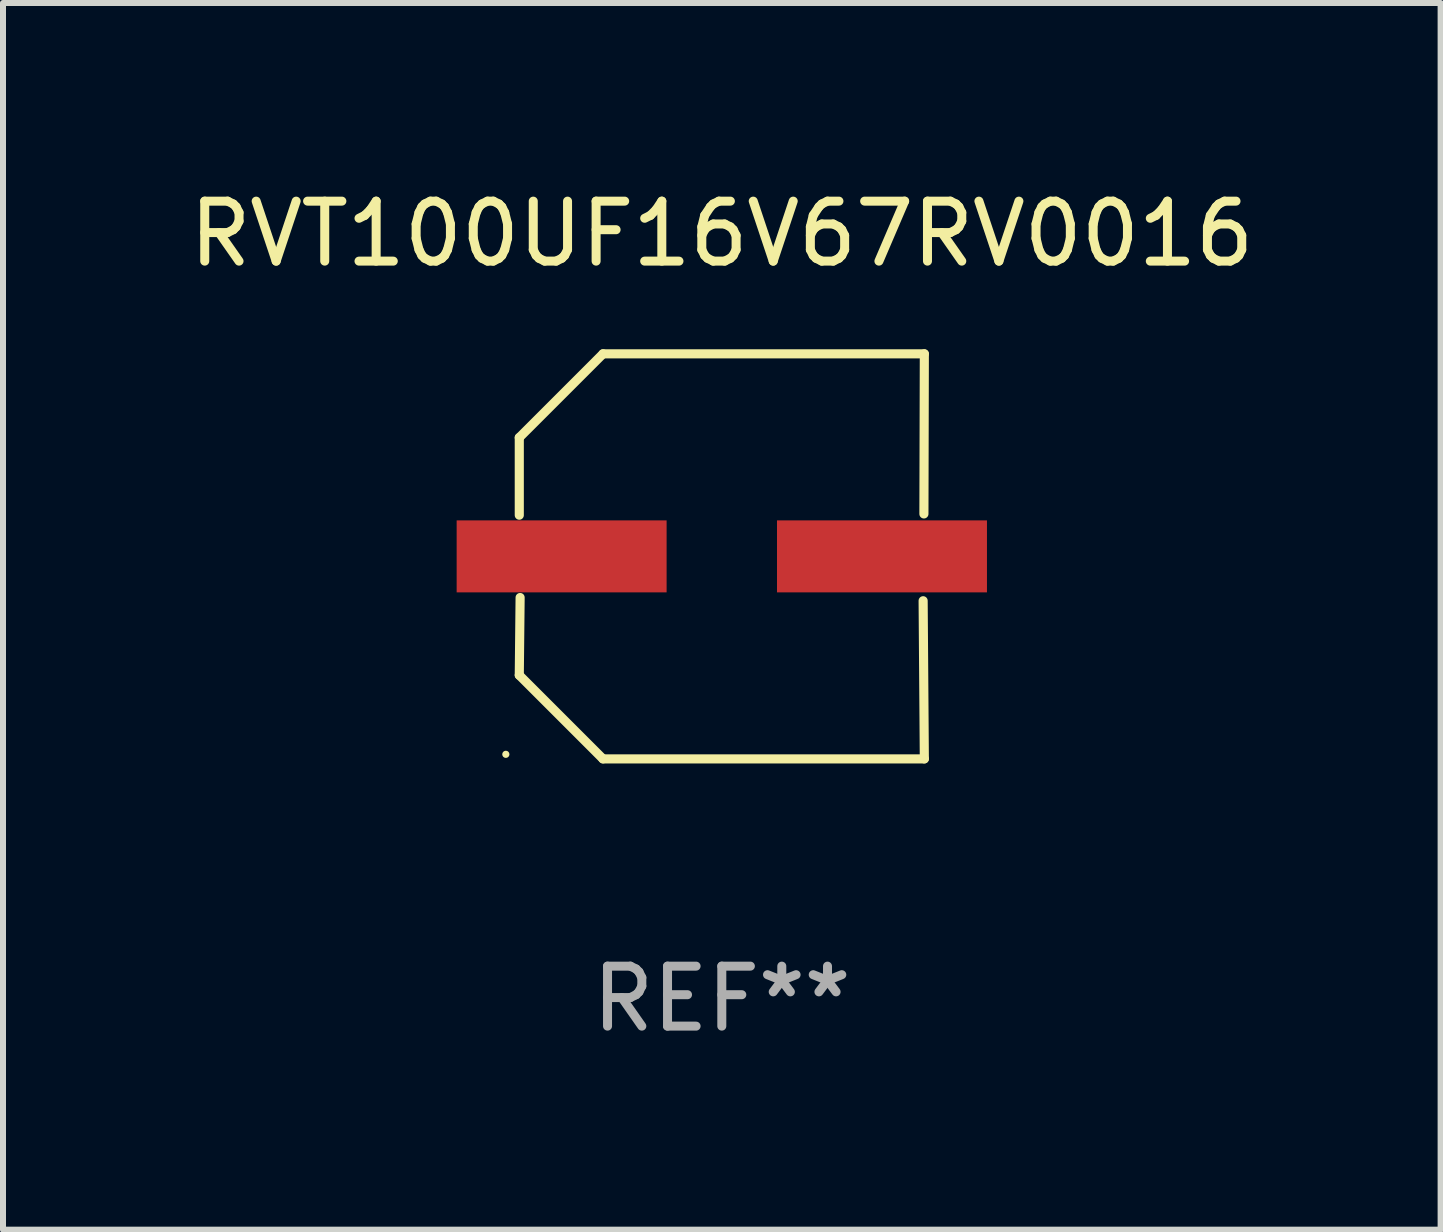
<source format=kicad_pcb>
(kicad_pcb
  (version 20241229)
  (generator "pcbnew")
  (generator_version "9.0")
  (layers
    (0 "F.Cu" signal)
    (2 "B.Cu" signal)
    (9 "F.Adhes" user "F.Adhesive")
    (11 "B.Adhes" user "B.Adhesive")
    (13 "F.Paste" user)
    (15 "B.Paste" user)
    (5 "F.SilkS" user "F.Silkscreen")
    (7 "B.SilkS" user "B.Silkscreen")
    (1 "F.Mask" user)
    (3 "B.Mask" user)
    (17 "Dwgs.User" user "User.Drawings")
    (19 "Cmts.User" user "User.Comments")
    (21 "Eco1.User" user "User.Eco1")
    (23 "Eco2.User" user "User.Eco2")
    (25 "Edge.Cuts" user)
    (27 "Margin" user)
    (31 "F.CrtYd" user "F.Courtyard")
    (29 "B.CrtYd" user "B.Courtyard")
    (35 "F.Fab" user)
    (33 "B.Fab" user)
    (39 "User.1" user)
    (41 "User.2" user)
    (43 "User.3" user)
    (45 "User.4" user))
  (footprint "RVT100UF16V67RV0016"
    (layer "F.Cu")
    (at 8.982 6.224)
    (property "Reference" "RVT100UF16V67RV0016" (at 0 -5.376 0) (layer "F.SilkS") (effects (font (size 1 1) (thickness 0.15))))
    (attr through_hole)
    (fp_line (start -3.376 -1.98) (end -3.376 -0.686) (stroke (width 0.152) (type solid)) (layer "F.SilkS"))
    (fp_line (start -3.376 1.981) (end -3.362 0.686) (stroke (width 0.152) (type solid)) (layer "F.SilkS"))
    (fp_line (start -1.981 3.376) (end -3.376 1.981) (stroke (width 0.152) (type solid)) (layer "F.SilkS"))
    (fp_line (start -1.98 -3.376) (end -3.376 -1.98) (stroke (width 0.152) (type solid)) (layer "F.SilkS"))
    (fp_line (start 3.356 0.74) (end 3.376 3.376) (stroke (width 0.152) (type solid)) (layer "F.SilkS"))
    (fp_line (start 3.369 -0.707) (end 3.376 -3.376) (stroke (width 0.152) (type solid)) (layer "F.SilkS"))
    (fp_line (start 3.376 3.376) (end -1.981 3.376) (stroke (width 0.152) (type solid)) (layer "F.SilkS"))
    (fp_line (start 3.376 -3.376) (end -1.98 -3.376) (stroke (width 0.152) (type solid)) (layer "F.SilkS"))
    (fp_circle (center -3.6 3.3) (end -3.57 3.3) (stroke (width 0.06) (type solid)) (fill no) (layer "F.SilkS"))
    (fp_text user "REF**" (at 0 7.376 0) (layer "F.Fab") (effects (font (size 1 1) (thickness 0.15))))
    (pad "1" smd rect (at -2.67 0.000381) (size 3.5 1.2) (layers "F.Cu" "F.Mask" "F.Paste"))
    (pad "2" smd rect (at 2.67 0.000381) (size 3.5 1.2) (layers "F.Cu" "F.Mask" "F.Paste")))
  (gr_rect
    (start -3 -3)
    (end 20.964 17.448)
    (stroke (width 0.1) (type default))
    (fill no)
    (layer "Edge.Cuts")))
</source>
